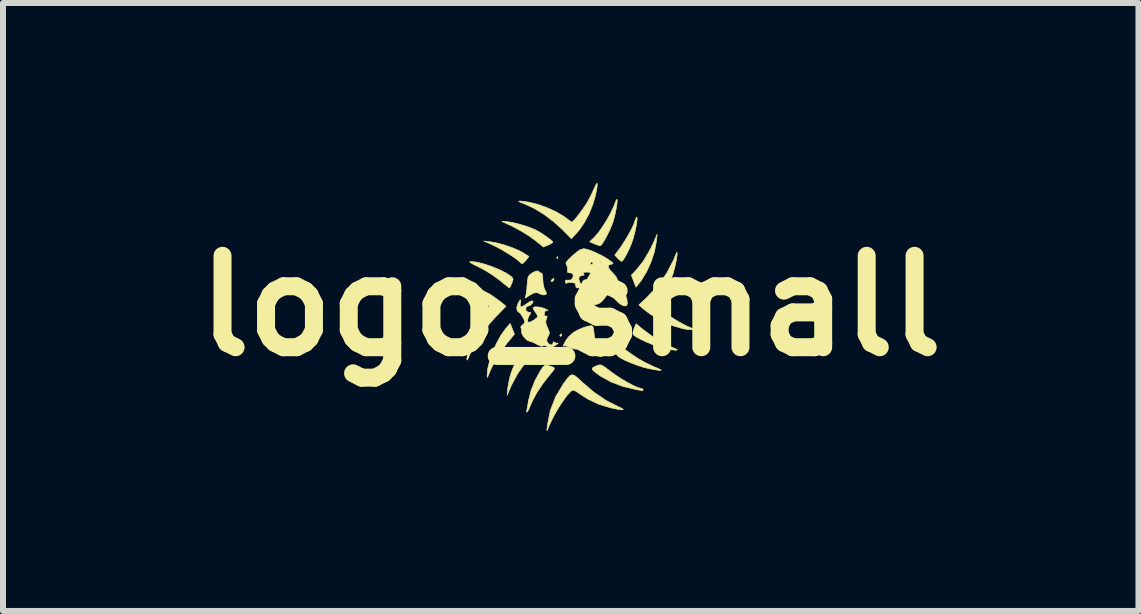
<source format=kicad_pcb>
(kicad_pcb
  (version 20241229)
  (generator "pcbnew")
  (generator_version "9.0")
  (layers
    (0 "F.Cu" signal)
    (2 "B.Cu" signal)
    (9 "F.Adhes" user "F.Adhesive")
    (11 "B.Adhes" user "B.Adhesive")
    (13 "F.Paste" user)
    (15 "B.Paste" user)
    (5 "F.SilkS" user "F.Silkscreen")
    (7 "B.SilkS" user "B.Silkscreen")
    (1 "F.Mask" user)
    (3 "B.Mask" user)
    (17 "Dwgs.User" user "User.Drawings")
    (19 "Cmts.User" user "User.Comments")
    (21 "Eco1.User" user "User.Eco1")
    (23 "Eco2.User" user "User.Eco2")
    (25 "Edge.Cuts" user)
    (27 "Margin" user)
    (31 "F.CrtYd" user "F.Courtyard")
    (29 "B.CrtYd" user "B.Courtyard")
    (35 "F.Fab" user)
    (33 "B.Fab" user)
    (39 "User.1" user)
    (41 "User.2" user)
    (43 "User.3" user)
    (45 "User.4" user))
  (footprint "logo_small"
    (layer "F.Cu")
    (at 6.466 2.05)
    (property "Reference" "logo_small" (at 0 0 0) (layer "F.SilkS") (effects (font (size 1.524 1.524) (thickness 0.3))))
    (attr through_hole)
    (fp_poly (pts (xy -0.219 -0.818) (xy -0.216 -0.793) (xy -0.219 -0.79) (xy -0.231 -0.793) (xy -0.233 -0.804) (xy -0.225 -0.822) (xy -0.219 -0.818)) (stroke (width 0.01) (type solid)) (fill yes) (layer "F.SilkS"))
    (fp_poly (pts (xy -0.28 -0.434) (xy -0.302 -0.409) (xy -0.321 -0.402) (xy -0.33 -0.414) (xy -0.317 -0.434) (xy -0.291 -0.457) (xy -0.281 -0.457) (xy -0.28 -0.434)) (stroke (width 0.01) (type solid)) (fill yes) (layer "F.SilkS"))
    (fp_poly (pts (xy -0.148 0.482) (xy -0.148 0.487) (xy -0.164 0.507) (xy -0.171 0.508) (xy -0.183 0.495) (xy -0.18 0.487) (xy -0.161 0.467) (xy -0.158 0.466) (xy -0.148 0.482)) (stroke (width 0.01) (type solid)) (fill yes) (layer "F.SilkS"))
    (fp_poly (pts (xy 1.428 -1.072) (xy 1.397 -0.906) (xy 1.34 -0.733) (xy 1.265 -0.568) (xy 1.178 -0.425) (xy 1.146 -0.384) (xy 1.087 -0.313) (xy 1.049 -0.412) (xy 1.011 -0.512) (xy 1.085 -0.589) (xy 1.213 -0.749) (xy 1.328 -0.946) (xy 1.371 -1.037) (xy 1.442 -1.196) (xy 1.428 -1.072)) (stroke (width 0.01) (type solid)) (fill yes) (layer "F.SilkS"))
    (fp_poly (pts (xy -0.938 0.473) (xy -1.059 0.618) (xy -1.159 0.751) (xy -1.253 0.903) (xy -1.331 1.055) (xy -1.365 1.137) (xy -1.383 1.184) (xy -1.392 1.192) (xy -1.395 1.166) (xy -1.395 1.164) (xy -1.385 1.05) (xy -1.352 0.914) (xy -1.302 0.768) (xy -1.238 0.624) (xy -1.166 0.493) (xy -1.09 0.387) (xy -1.088 0.384) (xy -1.009 0.292) (xy -0.938 0.473)) (stroke (width 0.01) (type solid)) (fill yes) (layer "F.SilkS"))
    (fp_poly (pts (xy -1.333 -1.068) (xy -1.226 -1.048) (xy -1.101 -1.014) (xy -0.974 -0.97) (xy -0.861 -0.921) (xy -0.788 -0.882) (xy -0.697 -0.824) (xy -0.745 -0.762) (xy -0.785 -0.717) (xy -0.811 -0.702) (xy -0.834 -0.716) (xy -0.845 -0.728) (xy -0.885 -0.764) (xy -0.953 -0.814) (xy -1.04 -0.87) (xy -1.134 -0.927) (xy -1.227 -0.978) (xy -1.305 -1.017) (xy -1.45 -1.081) (xy -1.333 -1.068)) (stroke (width 0.01) (type solid)) (fill yes) (layer "F.SilkS"))
    (fp_poly (pts (xy -0.763 0.734) (xy -0.723 0.765) (xy -0.714 0.773) (xy -0.655 0.825) (xy -0.749 0.94) (xy -0.883 1.126) (xy -0.989 1.325) (xy -1.01 1.373) (xy -1.061 1.492) (xy -1.049 1.369) (xy -1.034 1.277) (xy -1.011 1.174) (xy -0.993 1.115) (xy -0.965 1.042) (xy -0.929 0.96) (xy -0.889 0.878) (xy -0.849 0.805) (xy -0.815 0.75) (xy -0.792 0.722) (xy -0.787 0.72) (xy -0.763 0.734)) (stroke (width 0.01) (type solid)) (fill yes) (layer "F.SilkS"))
    (fp_poly (pts (xy 1.019 0.809) (xy 1.129 0.882) (xy 1.243 0.946) (xy 1.375 1.009) (xy 1.482 1.055) (xy 1.511 1.07) (xy 1.501 1.076) (xy 1.455 1.073) (xy 1.375 1.06) (xy 1.312 1.048) (xy 1.213 1.024) (xy 1.108 0.99) (xy 1.005 0.951) (xy 0.91 0.91) (xy 0.833 0.87) (xy 0.781 0.834) (xy 0.762 0.807) (xy 0.762 0.807) (xy 0.776 0.783) (xy 0.81 0.746) (xy 0.812 0.743) (xy 0.862 0.696) (xy 1.019 0.809)) (stroke (width 0.01) (type solid)) (fill yes) (layer "F.SilkS"))
    (fp_poly (pts (xy 1.21 0.398) (xy 1.415 0.547) (xy 1.628 0.664) (xy 1.687 0.689) (xy 1.75 0.716) (xy 1.776 0.732) (xy 1.77 0.738) (xy 1.746 0.739) (xy 1.694 0.733) (xy 1.617 0.72) (xy 1.532 0.701) (xy 1.527 0.7) (xy 1.445 0.675) (xy 1.351 0.64) (xy 1.253 0.599) (xy 1.163 0.556) (xy 1.091 0.516) (xy 1.046 0.485) (xy 1.04 0.479) (xy 1.036 0.443) (xy 1.053 0.384) (xy 1.056 0.377) (xy 1.09 0.298) (xy 1.21 0.398)) (stroke (width 0.01) (type solid)) (fill yes) (layer "F.SilkS"))
    (fp_poly (pts (xy -1.091 -1.408) (xy -1.069 -1.406) (xy -0.962 -1.388) (xy -0.838 -1.357) (xy -0.715 -1.319) (xy -0.61 -1.278) (xy -0.582 -1.265) (xy -0.522 -1.231) (xy -0.454 -1.188) (xy -0.388 -1.142) (xy -0.334 -1.101) (xy -0.302 -1.071) (xy -0.297 -1.062) (xy -0.314 -1.046) (xy -0.358 -1.022) (xy -0.377 -1.014) (xy -0.456 -0.981) (xy -0.593 -1.093) (xy -0.7 -1.17) (xy -0.833 -1.251) (xy -0.979 -1.33) (xy -1.122 -1.395) (xy -1.146 -1.407) (xy -1.137 -1.411) (xy -1.091 -1.408)) (stroke (width 0.01) (type solid)) (fill yes) (layer "F.SilkS"))
    (fp_poly (pts (xy -1.565 -0.729) (xy -1.445 -0.699) (xy -1.316 -0.656) (xy -1.19 -0.604) (xy -1.079 -0.549) (xy -0.999 -0.495) (xy -0.969 -0.467) (xy -0.961 -0.44) (xy -0.974 -0.398) (xy -0.983 -0.376) (xy -1.005 -0.326) (xy -1.02 -0.299) (xy -1.022 -0.297) (xy -1.039 -0.31) (xy -1.082 -0.344) (xy -1.143 -0.393) (xy -1.185 -0.428) (xy -1.282 -0.499) (xy -1.396 -0.573) (xy -1.508 -0.636) (xy -1.535 -0.649) (xy -1.619 -0.69) (xy -1.668 -0.718) (xy -1.685 -0.733) (xy -1.674 -0.739) (xy -1.662 -0.74) (xy -1.565 -0.729)) (stroke (width 0.01) (type solid)) (fill yes) (layer "F.SilkS"))
    (fp_poly (pts (xy -0.339 1.005) (xy -0.301 1.019) (xy -0.278 1.029) (xy -0.272 1.043) (xy -0.283 1.069) (xy -0.317 1.112) (xy -0.365 1.169) (xy -0.472 1.307) (xy -0.567 1.451) (xy -0.641 1.588) (xy -0.668 1.651) (xy -0.696 1.717) (xy -0.719 1.759) (xy -0.733 1.773) (xy -0.736 1.755) (xy -0.732 1.736) (xy -0.722 1.685) (xy -0.709 1.612) (xy -0.7 1.564) (xy -0.659 1.405) (xy -0.593 1.24) (xy -0.509 1.088) (xy -0.506 1.082) (xy -0.465 1.023) (xy -0.433 0.993) (xy -0.395 0.988) (xy -0.339 1.005)) (stroke (width 0.01) (type solid)) (fill yes) (layer "F.SilkS"))
    (fp_poly (pts (xy 0.776 -1.748) (xy 0.77 -1.691) (xy 0.757 -1.615) (xy 0.74 -1.53) (xy 0.719 -1.447) (xy 0.708 -1.408) (xy 0.684 -1.342) (xy 0.65 -1.263) (xy 0.609 -1.18) (xy 0.568 -1.104) (xy 0.532 -1.044) (xy 0.504 -1.008) (xy 0.497 -1.003) (xy 0.466 -1.008) (xy 0.414 -1.026) (xy 0.396 -1.034) (xy 0.315 -1.069) (xy 0.383 -1.133) (xy 0.453 -1.211) (xy 0.529 -1.317) (xy 0.606 -1.439) (xy 0.675 -1.566) (xy 0.729 -1.686) (xy 0.75 -1.744) (xy 0.765 -1.772) (xy 0.773 -1.774) (xy 0.776 -1.748)) (stroke (width 0.01) (type solid)) (fill yes) (layer "F.SilkS"))
    (fp_poly (pts (xy 1.108 -1.463) (xy 1.104 -1.413) (xy 1.093 -1.34) (xy 1.076 -1.255) (xy 1.054 -1.168) (xy 1.035 -1.101) (xy 1.006 -1.022) (xy 0.97 -0.938) (xy 0.931 -0.859) (xy 0.894 -0.794) (xy 0.864 -0.752) (xy 0.849 -0.741) (xy 0.825 -0.755) (xy 0.788 -0.789) (xy 0.783 -0.794) (xy 0.733 -0.847) (xy 0.779 -0.905) (xy 0.836 -0.983) (xy 0.898 -1.078) (xy 0.958 -1.179) (xy 1.01 -1.274) (xy 1.048 -1.352) (xy 1.061 -1.388) (xy 1.08 -1.443) (xy 1.097 -1.477) (xy 1.102 -1.482) (xy 1.108 -1.463)) (stroke (width 0.01) (type solid)) (fill yes) (layer "F.SilkS"))
    (fp_poly (pts (xy 0.532 0.997) (xy 0.578 1.028) (xy 0.647 1.08) (xy 0.671 1.098) (xy 0.758 1.161) (xy 0.855 1.223) (xy 0.954 1.281) (xy 1.045 1.329) (xy 1.121 1.362) (xy 1.171 1.376) (xy 1.174 1.376) (xy 1.203 1.387) (xy 1.206 1.397) (xy 1.202 1.416) (xy 1.201 1.416) (xy 1.179 1.411) (xy 1.129 1.402) (xy 1.09 1.395) (xy 0.866 1.342) (xy 0.671 1.268) (xy 0.493 1.169) (xy 0.437 1.129) (xy 0.379 1.084) (xy 0.356 1.053) (xy 0.37 1.028) (xy 0.42 1.003) (xy 0.438 0.996) (xy 0.47 0.985) (xy 0.499 0.984) (xy 0.532 0.997)) (stroke (width 0.01) (type solid)) (fill yes) (layer "F.SilkS"))
    (fp_poly (pts (xy -1.954 -0.411) (xy -1.947 -0.41) (xy -1.742 -0.368) (xy -1.533 -0.292) (xy -1.333 -0.186) (xy -1.175 -0.073) (xy -1.079 0.006) (xy -1.276 0.209) (xy -1.455 0.414) (xy -1.591 0.617) (xy -1.683 0.81) (xy -1.71 0.878) (xy -1.727 0.905) (xy -1.732 0.892) (xy -1.726 0.838) (xy -1.725 0.831) (xy -1.693 0.659) (xy -1.657 0.519) (xy -1.612 0.398) (xy -1.555 0.287) (xy -1.48 0.172) (xy -1.471 0.16) (xy -1.358 0.002) (xy -1.428 -0.06) (xy -1.59 -0.184) (xy -1.782 -0.296) (xy -1.869 -0.339) (xy -1.95 -0.377) (xy -1.995 -0.401) (xy -2.009 -0.412) (xy -1.994 -0.414) (xy -1.954 -0.411)) (stroke (width 0.01) (type solid)) (fill yes) (layer "F.SilkS"))
    (fp_poly (pts (xy -0.534 -0.575) (xy -0.508 -0.552) (xy -0.496 -0.55) (xy -0.477 -0.537) (xy -0.467 -0.493) (xy -0.465 -0.439) (xy -0.459 -0.364) (xy -0.444 -0.298) (xy -0.434 -0.275) (xy -0.412 -0.232) (xy -0.403 -0.209) (xy -0.418 -0.187) (xy -0.457 -0.182) (xy -0.503 -0.194) (xy -0.517 -0.202) (xy -0.563 -0.221) (xy -0.614 -0.215) (xy -0.679 -0.181) (xy -0.708 -0.162) (xy -0.748 -0.135) (xy -0.762 -0.132) (xy -0.755 -0.153) (xy -0.752 -0.16) (xy -0.742 -0.203) (xy -0.733 -0.272) (xy -0.729 -0.324) (xy -0.723 -0.398) (xy -0.715 -0.46) (xy -0.709 -0.486) (xy -0.686 -0.517) (xy -0.644 -0.549) (xy -0.596 -0.573) (xy -0.555 -0.584) (xy -0.534 -0.575)) (stroke (width 0.01) (type solid)) (fill yes) (layer "F.SilkS"))
    (fp_poly (pts (xy 0.365 0.336) (xy 0.375 0.364) (xy 0.385 0.418) (xy 0.388 0.445) (xy 0.396 0.513) (xy 0.408 0.57) (xy 0.412 0.582) (xy 0.43 0.624) (xy 0.458 0.687) (xy 0.489 0.754) (xy 0.514 0.81) (xy 0.525 0.831) (xy 0.522 0.848) (xy 0.493 0.848) (xy 0.45 0.835) (xy 0.405 0.812) (xy 0.375 0.789) (xy 0.339 0.757) (xy 0.3 0.739) (xy 0.244 0.731) (xy 0.169 0.728) (xy 0.054 0.718) (xy -0.022 0.696) (xy -0.032 0.69) (xy -0.076 0.668) (xy -0.106 0.667) (xy -0.123 0.674) (xy -0.122 0.658) (xy -0.102 0.614) (xy -0.083 0.579) (xy -0.037 0.517) (xy 0.028 0.457) (xy 0.059 0.435) (xy 0.128 0.397) (xy 0.205 0.364) (xy 0.278 0.341) (xy 0.335 0.331) (xy 0.365 0.336)) (stroke (width 0.01) (type solid)) (fill yes) (layer "F.SilkS"))
    (fp_poly (pts (xy 0.063 1.16) (xy 0.117 1.202) (xy 0.191 1.272) (xy 0.387 1.439) (xy 0.587 1.575) (xy 0.779 1.674) (xy 0.848 1.706) (xy 0.877 1.726) (xy 0.865 1.734) (xy 0.815 1.73) (xy 0.726 1.713) (xy 0.671 1.701) (xy 0.468 1.641) (xy 0.285 1.554) (xy 0.168 1.479) (xy 0.103 1.434) (xy 0.062 1.411) (xy 0.036 1.406) (xy 0.014 1.417) (xy -0.003 1.431) (xy -0.066 1.5) (xy -0.138 1.598) (xy -0.213 1.715) (xy -0.284 1.84) (xy -0.345 1.964) (xy -0.373 2.031) (xy -0.389 2.072) (xy -0.397 2.082) (xy -0.396 2.057) (xy -0.389 1.994) (xy -0.389 1.99) (xy -0.341 1.746) (xy -0.252 1.517) (xy -0.125 1.304) (xy -0.116 1.291) (xy -0.058 1.212) (xy -0.015 1.165) (xy 0.022 1.148) (xy 0.063 1.16)) (stroke (width 0.01) (type solid)) (fill yes) (layer "F.SilkS"))
    (fp_poly (pts (xy 1.774 -0.854) (xy 1.764 -0.781) (xy 1.746 -0.685) (xy 1.707 -0.537) (xy 1.648 -0.383) (xy 1.575 -0.239) (xy 1.496 -0.12) (xy 1.489 -0.111) (xy 1.447 -0.058) (xy 1.429 -0.026) (xy 1.432 -0.002) (xy 1.452 0.024) (xy 1.453 0.024) (xy 1.5 0.066) (xy 1.575 0.121) (xy 1.667 0.183) (xy 1.766 0.244) (xy 1.861 0.299) (xy 1.944 0.34) (xy 1.958 0.346) (xy 2.022 0.375) (xy 2.05 0.391) (xy 2.046 0.398) (xy 2.021 0.399) (xy 1.957 0.394) (xy 1.883 0.383) (xy 1.873 0.381) (xy 1.695 0.329) (xy 1.511 0.248) (xy 1.335 0.145) (xy 1.208 0.048) (xy 1.135 -0.015) (xy 1.278 -0.149) (xy 1.453 -0.337) (xy 1.602 -0.548) (xy 1.718 -0.771) (xy 1.747 -0.846) (xy 1.766 -0.888) (xy 1.774 -0.89) (xy 1.774 -0.854)) (stroke (width 0.01) (type solid)) (fill yes) (layer "F.SilkS"))
    (fp_poly (pts (xy 0.443 -2.026) (xy 0.437 -1.97) (xy 0.42 -1.876) (xy 0.411 -1.835) (xy 0.367 -1.686) (xy 0.304 -1.532) (xy 0.227 -1.388) (xy 0.144 -1.267) (xy 0.111 -1.228) (xy 0.011 -1.119) (xy -0.127 -1.26) (xy -0.278 -1.399) (xy -0.443 -1.524) (xy -0.612 -1.627) (xy -0.774 -1.703) (xy -0.834 -1.724) (xy -0.862 -1.738) (xy -0.864 -1.747) (xy -0.84 -1.748) (xy -0.784 -1.742) (xy -0.708 -1.73) (xy -0.675 -1.724) (xy -0.536 -1.688) (xy -0.389 -1.635) (xy -0.248 -1.57) (xy -0.127 -1.5) (xy -0.076 -1.464) (xy -0.026 -1.425) (xy 0.011 -1.401) (xy 0.021 -1.397) (xy 0.042 -1.413) (xy 0.081 -1.456) (xy 0.13 -1.518) (xy 0.183 -1.59) (xy 0.235 -1.663) (xy 0.278 -1.73) (xy 0.285 -1.743) (xy 0.329 -1.824) (xy 0.373 -1.917) (xy 0.394 -1.965) (xy 0.422 -2.025) (xy 0.438 -2.045) (xy 0.443 -2.026)) (stroke (width 0.01) (type solid)) (fill yes) (layer "F.SilkS"))
    (fp_poly (pts (xy -0.834 -0.072) (xy -0.839 -0.042) (xy -0.843 0.003) (xy -0.828 0.018) (xy -0.791 0.002) (xy -0.741 -0.032) (xy -0.681 -0.071) (xy -0.641 -0.085) (xy -0.627 -0.075) (xy -0.64 -0.042) (xy -0.674 -0.009) (xy -0.701 0) (xy -0.737 0.014) (xy -0.746 0.026) (xy -0.748 0.075) (xy -0.717 0.103) (xy -0.696 0.106) (xy -0.668 0.109) (xy -0.669 0.126) (xy -0.687 0.153) (xy -0.711 0.202) (xy -0.719 0.246) (xy -0.709 0.273) (xy -0.7 0.275) (xy -0.664 0.264) (xy -0.616 0.238) (xy -0.574 0.207) (xy -0.551 0.181) (xy -0.55 0.177) (xy -0.563 0.146) (xy -0.592 0.101) (xy -0.595 0.097) (xy -0.622 0.056) (xy -0.628 0.029) (xy -0.627 0.027) (xy -0.59 0.015) (xy -0.529 0.019) (xy -0.459 0.036) (xy -0.423 0.05) (xy -0.385 0.07) (xy -0.378 0.077) (xy -0.385 0.076) (xy -0.421 0.083) (xy -0.432 0.098) (xy -0.444 0.147) (xy -0.428 0.168) (xy -0.413 0.169) (xy -0.393 0.176) (xy -0.398 0.205) (xy -0.406 0.221) (xy -0.417 0.263) (xy -0.409 0.311) (xy -0.387 0.362) (xy -0.362 0.42) (xy -0.356 0.457) (xy -0.368 0.492) (xy -0.379 0.511) (xy -0.4 0.563) (xy -0.393 0.602) (xy -0.389 0.608) (xy -0.356 0.642) (xy -0.321 0.652) (xy -0.299 0.637) (xy -0.296 0.622) (xy -0.29 0.598) (xy -0.273 0.608) (xy -0.234 0.623) (xy -0.214 0.621) (xy -0.208 0.623) (xy -0.232 0.643) (xy -0.249 0.654) (xy -0.306 0.687) (xy -0.346 0.696) (xy -0.384 0.683) (xy -0.403 0.672) (xy -0.444 0.657) (xy -0.461 0.668) (xy -0.49 0.674) (xy -0.547 0.65) (xy -0.561 0.642) (xy -0.619 0.612) (xy -0.666 0.595) (xy -0.679 0.593) (xy -0.722 0.576) (xy -0.768 0.535) (xy -0.805 0.484) (xy -0.821 0.437) (xy -0.82 0.425) (xy -0.82 0.384) (xy -0.83 0.367) (xy -0.832 0.347) (xy -0.804 0.317) (xy -0.774 0.291) (xy -0.766 0.267) (xy -0.779 0.229) (xy -0.792 0.202) (xy -0.822 0.15) (xy -0.852 0.117) (xy -0.858 0.113) (xy -0.893 0.08) (xy -0.9 0.024) (xy -0.879 -0.041) (xy -0.85 -0.091) (xy -0.835 -0.102) (xy -0.834 -0.072)) (stroke (width 0.01) (type solid)) (fill yes) (layer "F.SilkS"))
    (fp_poly (pts (xy 0.277 -0.942) (xy 0.357 -0.914) (xy 0.449 -0.873) (xy 0.542 -0.826) (xy 0.623 -0.776) (xy 0.653 -0.755) (xy 0.695 -0.722) (xy 0.706 -0.705) (xy 0.689 -0.697) (xy 0.675 -0.695) (xy 0.632 -0.679) (xy 0.624 -0.649) (xy 0.652 -0.602) (xy 0.697 -0.554) (xy 0.759 -0.482) (xy 0.783 -0.423) (xy 0.783 -0.416) (xy 0.791 -0.37) (xy 0.805 -0.349) (xy 0.84 -0.313) (xy 0.879 -0.252) (xy 0.914 -0.181) (xy 0.936 -0.116) (xy 0.938 -0.106) (xy 0.945 -0.036) (xy 0.929 -0.001) (xy 0.89 0.000478) (xy 0.848 -0.016) (xy 0.793 -0.055) (xy 0.735 -0.113) (xy 0.711 -0.144) (xy 0.646 -0.237) (xy 0.603 -0.179) (xy 0.55 -0.109) (xy 0.511 -0.066) (xy 0.474 -0.041) (xy 0.432 -0.026) (xy 0.413 -0.021) (xy 0.341 -0.014) (xy 0.296 -0.035) (xy 0.272 -0.089) (xy 0.264 -0.157) (xy 0.253 -0.242) (xy 0.225 -0.291) (xy 0.179 -0.307) (xy 0.146 -0.303) (xy 0.103 -0.299) (xy 0.086 -0.315) (xy 0.085 -0.336) (xy 0.074 -0.373) (xy 0.058 -0.383) (xy 0.016 -0.388) (xy -0.01 -0.392) (xy -0.05 -0.389) (xy -0.065 -0.378) (xy -0.08 -0.377) (xy -0.089 -0.397) (xy -0.09 -0.426) (xy -0.064 -0.43) (xy -0.048 -0.428) (xy 0.006 -0.434) (xy 0.021 -0.453) (xy 0.133 -0.453) (xy 0.15 -0.399) (xy 0.176 -0.351) (xy 0.193 -0.397) (xy 0.217 -0.43) (xy 0.239 -0.433) (xy 0.269 -0.442) (xy 0.297 -0.481) (xy 0.32 -0.526) (xy 0.333 -0.551) (xy 0.333 -0.551) (xy 0.319 -0.559) (xy 0.276 -0.563) (xy 0.266 -0.563) (xy 0.219 -0.56) (xy 0.208 -0.548) (xy 0.215 -0.536) (xy 0.224 -0.514) (xy 0.196 -0.508) (xy 0.192 -0.508) (xy 0.148 -0.493) (xy 0.133 -0.453) (xy 0.021 -0.453) (xy 0.036 -0.474) (xy 0.042 -0.513) (xy 0.027 -0.543) (xy -0.012 -0.55) (xy -0.05 -0.556) (xy -0.056 -0.58) (xy -0.053 -0.591) (xy -0.054 -0.641) (xy -0.068 -0.677) (xy -0.079 -0.701) (xy -0.079 -0.703) (xy 0.326 -0.703) (xy 0.329 -0.697) (xy 0.355 -0.686) (xy 0.362 -0.689) (xy 0.372 -0.715) (xy 0.369 -0.721) (xy 0.348 -0.73) (xy 0.487 -0.73) (xy 0.497 -0.72) (xy 0.508 -0.73) (xy 0.497 -0.741) (xy 0.487 -0.73) (xy 0.348 -0.73) (xy 0.344 -0.732) (xy 0.337 -0.729) (xy 0.326 -0.703) (xy -0.079 -0.703) (xy -0.075 -0.726) (xy -0.051 -0.758) (xy -0.003 -0.806) (xy 0.03 -0.837) (xy 0.103 -0.9) (xy 0.158 -0.937) (xy 0.204 -0.951) (xy 0.221 -0.953) (xy 0.277 -0.942)) (stroke (width 0.01) (type solid)) (fill yes) (layer "F.SilkS")))
  (gr_rect
    (start -3 -3)
    (end 15.932 7.137)
    (stroke (width 0.1) (type default))
    (fill no)
    (layer "Edge.Cuts")))
</source>
